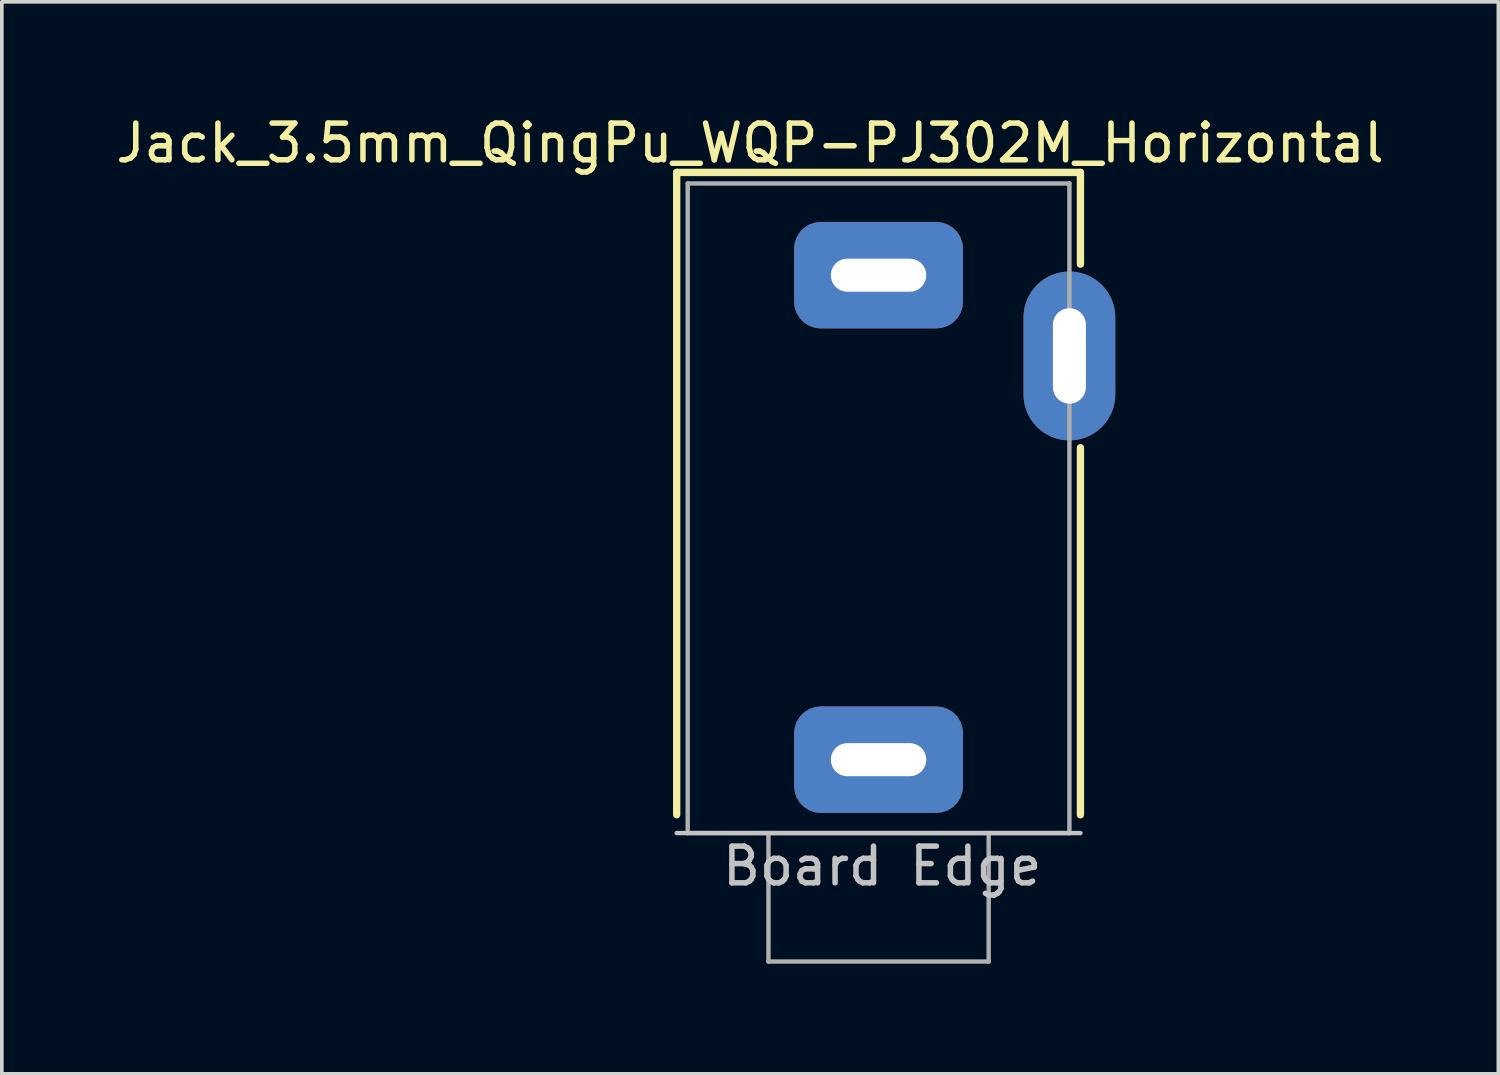
<source format=kicad_pcb>
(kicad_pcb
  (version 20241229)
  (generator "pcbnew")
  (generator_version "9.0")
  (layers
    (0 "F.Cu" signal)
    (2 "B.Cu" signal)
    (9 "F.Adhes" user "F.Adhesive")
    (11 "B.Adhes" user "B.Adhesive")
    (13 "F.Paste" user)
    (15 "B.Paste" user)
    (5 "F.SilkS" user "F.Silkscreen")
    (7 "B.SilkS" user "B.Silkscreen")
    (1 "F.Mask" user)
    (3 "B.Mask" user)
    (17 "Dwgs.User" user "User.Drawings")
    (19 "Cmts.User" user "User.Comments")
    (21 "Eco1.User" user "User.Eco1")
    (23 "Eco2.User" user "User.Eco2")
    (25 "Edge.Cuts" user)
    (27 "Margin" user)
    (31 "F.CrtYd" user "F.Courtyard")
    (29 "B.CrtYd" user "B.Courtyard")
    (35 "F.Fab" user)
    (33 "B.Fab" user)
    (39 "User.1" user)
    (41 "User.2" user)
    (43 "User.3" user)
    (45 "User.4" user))
  (footprint "Jack_3.5mm_QingPu_WQP-PJ302M_Horizontal"
    (layer "F.Cu")
    (at 20.887 19.648)
    (property "Reference" "Jack_3.5mm_QingPu_WQP-PJ302M_Horizontal" (at -3.5 -18.8 0) (layer "F.SilkS") (effects (font (size 1 1) (thickness 0.15))))
    (attr through_hole)
    (fp_line (start -5.5 -18) (end -5.5 -0.5) (stroke (width 0.2) (type solid)) (layer "F.SilkS"))
    (fp_line (start 5.5 -18) (end -5.5 -18) (stroke (width 0.2) (type solid)) (layer "F.SilkS"))
    (fp_line (start 5.5 -15.5) (end 5.5 -18) (stroke (width 0.2) (type solid)) (layer "F.SilkS"))
    (fp_line (start 5.5 -0.5) (end 5.5 -10.5) (stroke (width 0.2) (type solid)) (layer "F.SilkS"))
    (fp_line (start -5.5 0) (end 5.5 0) (stroke (width 0.12) (type solid)) (layer "Dwgs.User"))
    (fp_line (start -5.2 -17.7) (end -5.2 0) (stroke (width 0.12) (type solid)) (layer "F.Fab"))
    (fp_line (start -5.2 0) (end 5.2 0) (stroke (width 0.12) (type solid)) (layer "F.Fab"))
    (fp_line (start -3 0) (end -3 3.5) (stroke (width 0.12) (type solid)) (layer "F.Fab"))
    (fp_line (start -3 3.5) (end 3 3.5) (stroke (width 0.12) (type solid)) (layer "F.Fab"))
    (fp_line (start 3 3.5) (end 3 0) (stroke (width 0.12) (type solid)) (layer "F.Fab"))
    (fp_line (start 5.2 -17.7) (end -5.2 -17.7) (stroke (width 0.12) (type solid)) (layer "F.Fab"))
    (fp_line (start 5.2 0) (end 5.2 -17.7) (stroke (width 0.12) (type solid)) (layer "F.Fab"))
    (fp_text user "Board Edge" (at 0.1 0.9 0) (layer "Dwgs.User") (effects (font (size 1 1) (thickness 0.15))))
    (pad "S" thru_hole roundrect (at 0 -2) (size 4.6 2.9) (drill oval 2.6 0.9) (layers "*.Cu" "*.Mask") (roundrect_rratio 0.25))
    (pad "T" thru_hole roundrect (at 0 -15.2) (size 4.6 2.9) (drill oval 2.6 0.9) (layers "*.Cu" "*.Mask") (roundrect_rratio 0.25))
    (pad "TN" thru_hole oval (at 5.2 -13 90) (size 4.6 2.5) (drill oval 2.6 0.9) (layers "*.Cu" "*.Mask")))
  (gr_rect
    (start -3 -3)
    (end 37.774 26.208)
    (stroke (width 0.1) (type default))
    (fill no)
    (layer "Edge.Cuts")))
</source>
